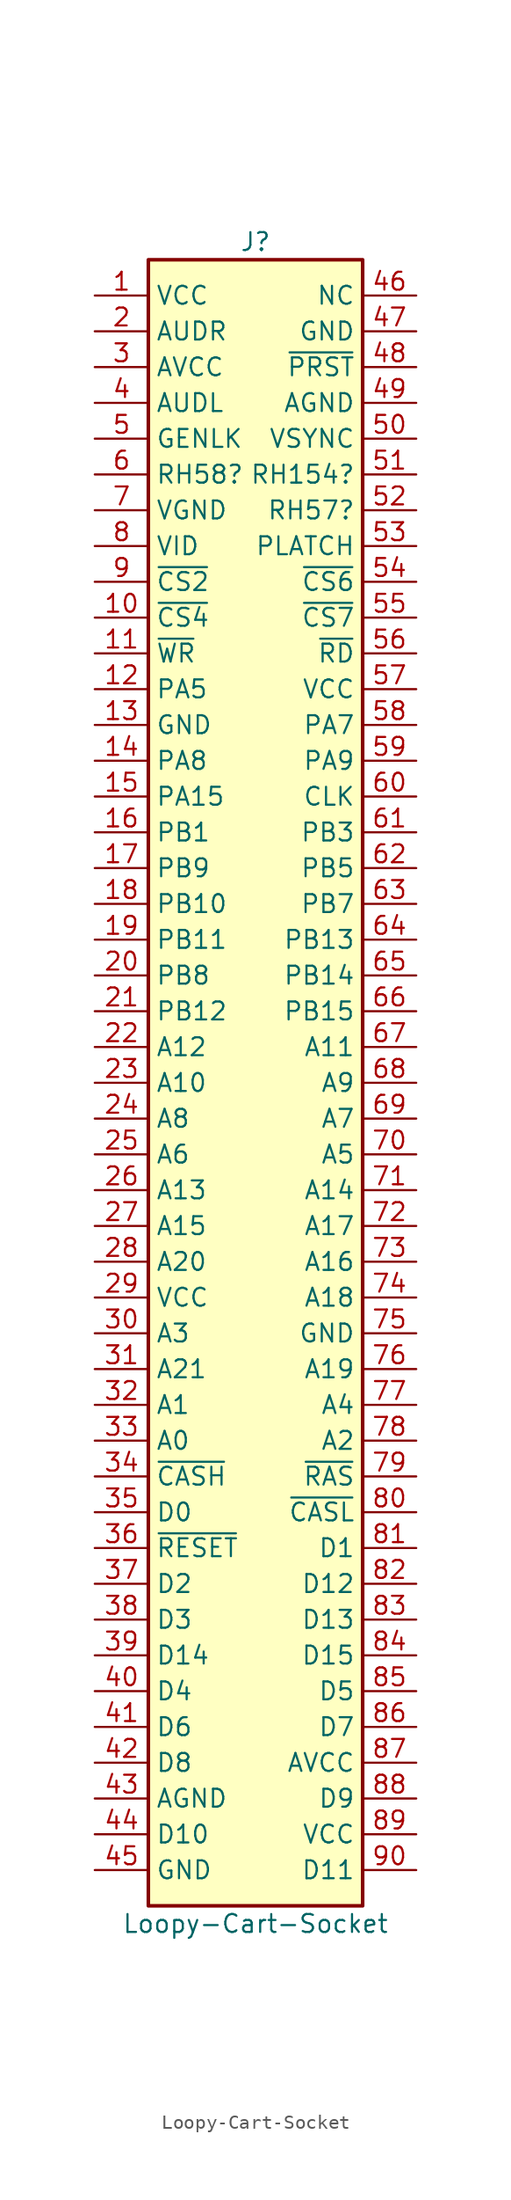
<source format=kicad_sym>
(kicad_symbol_lib
  (version 20220914)
  (generator kicad_symbol_editor)
  (symbol "Loopy-Cart-Socket"
    (property "Reference" "J"
      (at 0 59.69 0)
      (effects (font (size 1.27 1.27))))
    (property "Value" "Loopy-Cart-Socket"
      (at 0 -59.69 0)
      (effects (font (size 1.27 1.27))))
    (symbol "Loopy-Cart-Socket_1_1"
      (rectangle (start -7.62 58.42) (end 7.62 -58.42) (stroke (width 0.254) (type default)) (fill (type background)))
      (pin power_in line (at -11.43 55.88 0) (length 3.81) (name "VCC" (effects (font (size 1.27 1.27)))) (number "1" (effects (font (size 1.27 1.27)))))
      (pin input line (at -11.43 33.02 0) (length 3.81) (name "~{CS4}" (effects (font (size 1.27 1.27)))) (number "10" (effects (font (size 1.27 1.27)))))
      (pin input line (at -11.43 30.48 0) (length 3.81) (name "~{WR}" (effects (font (size 1.27 1.27)))) (number "11" (effects (font (size 1.27 1.27)))))
      (pin bidirectional line (at -11.43 27.94 0) (length 3.81) (name "PA5" (effects (font (size 1.27 1.27)))) (number "12" (effects (font (size 1.27 1.27)))))
      (pin power_in line (at -11.43 25.4 0) (length 3.81) (name "GND" (effects (font (size 1.27 1.27)))) (number "13" (effects (font (size 1.27 1.27)))))
      (pin bidirectional line (at -11.43 22.86 0) (length 3.81) (name "PA8" (effects (font (size 1.27 1.27)))) (number "14" (effects (font (size 1.27 1.27)))))
      (pin bidirectional line (at -11.43 20.32 0) (length 3.81) (name "PA15" (effects (font (size 1.27 1.27)))) (number "15" (effects (font (size 1.27 1.27)))))
      (pin bidirectional line (at -11.43 17.78 0) (length 3.81) (name "PB1" (effects (font (size 1.27 1.27)))) (number "16" (effects (font (size 1.27 1.27)))))
      (pin bidirectional line (at -11.43 15.24 0) (length 3.81) (name "PB9" (effects (font (size 1.27 1.27)))) (number "17" (effects (font (size 1.27 1.27)))))
      (pin bidirectional line (at -11.43 12.7 0) (length 3.81) (name "PB10" (effects (font (size 1.27 1.27)))) (number "18" (effects (font (size 1.27 1.27)))))
      (pin bidirectional line (at -11.43 10.16 0) (length 3.81) (name "PB11" (effects (font (size 1.27 1.27)))) (number "19" (effects (font (size 1.27 1.27)))))
      (pin output line (at -11.43 53.34 0) (length 3.81) (name "AUDR" (effects (font (size 1.27 1.27)))) (number "2" (effects (font (size 1.27 1.27)))))
      (pin bidirectional line (at -11.43 7.62 0) (length 3.81) (name "PB8" (effects (font (size 1.27 1.27)))) (number "20" (effects (font (size 1.27 1.27)))))
      (pin bidirectional line (at -11.43 5.08 0) (length 3.81) (name "PB12" (effects (font (size 1.27 1.27)))) (number "21" (effects (font (size 1.27 1.27)))))
      (pin input line (at -11.43 2.54 0) (length 3.81) (name "A12" (effects (font (size 1.27 1.27)))) (number "22" (effects (font (size 1.27 1.27)))))
      (pin input line (at -11.43 0 0) (length 3.81) (name "A10" (effects (font (size 1.27 1.27)))) (number "23" (effects (font (size 1.27 1.27)))))
      (pin input line (at -11.43 -2.54 0) (length 3.81) (name "A8" (effects (font (size 1.27 1.27)))) (number "24" (effects (font (size 1.27 1.27)))))
      (pin input line (at -11.43 -5.08 0) (length 3.81) (name "A6" (effects (font (size 1.27 1.27)))) (number "25" (effects (font (size 1.27 1.27)))))
      (pin input line (at -11.43 -7.62 0) (length 3.81) (name "A13" (effects (font (size 1.27 1.27)))) (number "26" (effects (font (size 1.27 1.27)))))
      (pin input line (at -11.43 -10.16 0) (length 3.81) (name "A15" (effects (font (size 1.27 1.27)))) (number "27" (effects (font (size 1.27 1.27)))))
      (pin input line (at -11.43 -12.7 0) (length 3.81) (name "A20" (effects (font (size 1.27 1.27)))) (number "28" (effects (font (size 1.27 1.27)))))
      (pin power_in line (at -11.43 -15.24 0) (length 3.81) (name "VCC" (effects (font (size 1.27 1.27)))) (number "29" (effects (font (size 1.27 1.27)))))
      (pin power_in line (at -11.43 50.8 0) (length 3.81) (name "AVCC" (effects (font (size 1.27 1.27)))) (number "3" (effects (font (size 1.27 1.27)))))
      (pin input line (at -11.43 -17.78 0) (length 3.81) (name "A3" (effects (font (size 1.27 1.27)))) (number "30" (effects (font (size 1.27 1.27)))))
      (pin input line (at -11.43 -20.32 0) (length 3.81) (name "A21" (effects (font (size 1.27 1.27)))) (number "31" (effects (font (size 1.27 1.27)))))
      (pin input line (at -11.43 -22.86 0) (length 3.81) (name "A1" (effects (font (size 1.27 1.27)))) (number "32" (effects (font (size 1.27 1.27)))))
      (pin input line (at -11.43 -25.4 0) (length 3.81) (name "A0" (effects (font (size 1.27 1.27)))) (number "33" (effects (font (size 1.27 1.27)))))
      (pin input line (at -11.43 -27.94 0) (length 3.81) (name "~{CASH}" (effects (font (size 1.27 1.27)))) (number "34" (effects (font (size 1.27 1.27)))))
      (pin bidirectional line (at -11.43 -30.48 0) (length 3.81) (name "D0" (effects (font (size 1.27 1.27)))) (number "35" (effects (font (size 1.27 1.27)))))
      (pin open_collector line (at -11.43 -33.02 0) (length 3.81) (name "~{RESET}" (effects (font (size 1.27 1.27)))) (number "36" (effects (font (size 1.27 1.27)))))
      (pin bidirectional line (at -11.43 -35.56 0) (length 3.81) (name "D2" (effects (font (size 1.27 1.27)))) (number "37" (effects (font (size 1.27 1.27)))))
      (pin bidirectional line (at -11.43 -38.1 0) (length 3.81) (name "D3" (effects (font (size 1.27 1.27)))) (number "38" (effects (font (size 1.27 1.27)))))
      (pin bidirectional line (at -11.43 -40.64 0) (length 3.81) (name "D14" (effects (font (size 1.27 1.27)))) (number "39" (effects (font (size 1.27 1.27)))))
      (pin output line (at -11.43 48.26 0) (length 3.81) (name "AUDL" (effects (font (size 1.27 1.27)))) (number "4" (effects (font (size 1.27 1.27)))))
      (pin bidirectional line (at -11.43 -43.18 0) (length 3.81) (name "D4" (effects (font (size 1.27 1.27)))) (number "40" (effects (font (size 1.27 1.27)))))
      (pin bidirectional line (at -11.43 -45.72 0) (length 3.81) (name "D6" (effects (font (size 1.27 1.27)))) (number "41" (effects (font (size 1.27 1.27)))))
      (pin bidirectional line (at -11.43 -48.26 0) (length 3.81) (name "D8" (effects (font (size 1.27 1.27)))) (number "42" (effects (font (size 1.27 1.27)))))
      (pin power_in line (at -11.43 -50.8 0) (length 3.81) (name "AGND" (effects (font (size 1.27 1.27)))) (number "43" (effects (font (size 1.27 1.27)))))
      (pin bidirectional line (at -11.43 -53.34 0) (length 3.81) (name "D10" (effects (font (size 1.27 1.27)))) (number "44" (effects (font (size 1.27 1.27)))))
      (pin power_in line (at -11.43 -55.88 0) (length 3.81) (name "GND" (effects (font (size 1.27 1.27)))) (number "45" (effects (font (size 1.27 1.27)))))
      (pin passive line (at 11.43 55.88 180) (length 3.81) (name "NC" (effects (font (size 1.27 1.27)))) (number "46" (effects (font (size 1.27 1.27)))))
      (pin power_in line (at 11.43 53.34 180) (length 3.81) (name "GND" (effects (font (size 1.27 1.27)))) (number "47" (effects (font (size 1.27 1.27)))))
      (pin input line (at 11.43 50.8 180) (length 3.81) (name "~{PRST}" (effects (font (size 1.27 1.27)))) (number "48" (effects (font (size 1.27 1.27)))))
      (pin power_in line (at 11.43 48.26 180) (length 3.81) (name "AGND" (effects (font (size 1.27 1.27)))) (number "49" (effects (font (size 1.27 1.27)))))
      (pin output line (at -11.43 45.72 0) (length 3.81) (name "GENLK" (effects (font (size 1.27 1.27)))) (number "5" (effects (font (size 1.27 1.27)))))
      (pin input line (at 11.43 45.72 180) (length 3.81) (name "VSYNC" (effects (font (size 1.27 1.27)))) (number "50" (effects (font (size 1.27 1.27)))))
      (pin bidirectional line (at 11.43 43.18 180) (length 3.81) (name "RH154?" (effects (font (size 1.27 1.27)))) (number "51" (effects (font (size 1.27 1.27)))))
      (pin bidirectional line (at 11.43 40.64 180) (length 3.81) (name "RH57?" (effects (font (size 1.27 1.27)))) (number "52" (effects (font (size 1.27 1.27)))))
      (pin input line (at 11.43 38.1 180) (length 3.81) (name "PLATCH" (effects (font (size 1.27 1.27)))) (number "53" (effects (font (size 1.27 1.27)))))
      (pin input line (at 11.43 35.56 180) (length 3.81) (name "~{CS6}" (effects (font (size 1.27 1.27)))) (number "54" (effects (font (size 1.27 1.27)))))
      (pin input line (at 11.43 33.02 180) (length 3.81) (name "~{CS7}" (effects (font (size 1.27 1.27)))) (number "55" (effects (font (size 1.27 1.27)))))
      (pin input line (at 11.43 30.48 180) (length 3.81) (name "~{RD}" (effects (font (size 1.27 1.27)))) (number "56" (effects (font (size 1.27 1.27)))))
      (pin power_in line (at 11.43 27.94 180) (length 3.81) (name "VCC" (effects (font (size 1.27 1.27)))) (number "57" (effects (font (size 1.27 1.27)))))
      (pin bidirectional line (at 11.43 25.4 180) (length 3.81) (name "PA7" (effects (font (size 1.27 1.27)))) (number "58" (effects (font (size 1.27 1.27)))))
      (pin bidirectional line (at 11.43 22.86 180) (length 3.81) (name "PA9" (effects (font (size 1.27 1.27)))) (number "59" (effects (font (size 1.27 1.27)))))
      (pin bidirectional line (at -11.43 43.18 0) (length 3.81) (name "RH58?" (effects (font (size 1.27 1.27)))) (number "6" (effects (font (size 1.27 1.27)))))
      (pin input line (at 11.43 20.32 180) (length 3.81) (name "CLK" (effects (font (size 1.27 1.27)))) (number "60" (effects (font (size 1.27 1.27)))))
      (pin bidirectional line (at 11.43 17.78 180) (length 3.81) (name "PB3" (effects (font (size 1.27 1.27)))) (number "61" (effects (font (size 1.27 1.27)))))
      (pin bidirectional line (at 11.43 15.24 180) (length 3.81) (name "PB5" (effects (font (size 1.27 1.27)))) (number "62" (effects (font (size 1.27 1.27)))))
      (pin bidirectional line (at 11.43 12.7 180) (length 3.81) (name "PB7" (effects (font (size 1.27 1.27)))) (number "63" (effects (font (size 1.27 1.27)))))
      (pin bidirectional line (at 11.43 10.16 180) (length 3.81) (name "PB13" (effects (font (size 1.27 1.27)))) (number "64" (effects (font (size 1.27 1.27)))))
      (pin bidirectional line (at 11.43 7.62 180) (length 3.81) (name "PB14" (effects (font (size 1.27 1.27)))) (number "65" (effects (font (size 1.27 1.27)))))
      (pin bidirectional line (at 11.43 5.08 180) (length 3.81) (name "PB15" (effects (font (size 1.27 1.27)))) (number "66" (effects (font (size 1.27 1.27)))))
      (pin input line (at 11.43 2.54 180) (length 3.81) (name "A11" (effects (font (size 1.27 1.27)))) (number "67" (effects (font (size 1.27 1.27)))))
      (pin input line (at 11.43 0 180) (length 3.81) (name "A9" (effects (font (size 1.27 1.27)))) (number "68" (effects (font (size 1.27 1.27)))))
      (pin input line (at 11.43 -2.54 180) (length 3.81) (name "A7" (effects (font (size 1.27 1.27)))) (number "69" (effects (font (size 1.27 1.27)))))
      (pin power_in line (at -11.43 40.64 0) (length 3.81) (name "VGND" (effects (font (size 1.27 1.27)))) (number "7" (effects (font (size 1.27 1.27)))))
      (pin input line (at 11.43 -5.08 180) (length 3.81) (name "A5" (effects (font (size 1.27 1.27)))) (number "70" (effects (font (size 1.27 1.27)))))
      (pin input line (at 11.43 -7.62 180) (length 3.81) (name "A14" (effects (font (size 1.27 1.27)))) (number "71" (effects (font (size 1.27 1.27)))))
      (pin input line (at 11.43 -10.16 180) (length 3.81) (name "A17" (effects (font (size 1.27 1.27)))) (number "72" (effects (font (size 1.27 1.27)))))
      (pin input line (at 11.43 -12.7 180) (length 3.81) (name "A16" (effects (font (size 1.27 1.27)))) (number "73" (effects (font (size 1.27 1.27)))))
      (pin input line (at 11.43 -15.24 180) (length 3.81) (name "A18" (effects (font (size 1.27 1.27)))) (number "74" (effects (font (size 1.27 1.27)))))
      (pin power_in line (at 11.43 -17.78 180) (length 3.81) (name "GND" (effects (font (size 1.27 1.27)))) (number "75" (effects (font (size 1.27 1.27)))))
      (pin input line (at 11.43 -20.32 180) (length 3.81) (name "A19" (effects (font (size 1.27 1.27)))) (number "76" (effects (font (size 1.27 1.27)))))
      (pin input line (at 11.43 -22.86 180) (length 3.81) (name "A4" (effects (font (size 1.27 1.27)))) (number "77" (effects (font (size 1.27 1.27)))))
      (pin input line (at 11.43 -25.4 180) (length 3.81) (name "A2" (effects (font (size 1.27 1.27)))) (number "78" (effects (font (size 1.27 1.27)))))
      (pin input line (at 11.43 -27.94 180) (length 3.81) (name "~{RAS}" (effects (font (size 1.27 1.27)))) (number "79" (effects (font (size 1.27 1.27)))))
      (pin output line (at -11.43 38.1 0) (length 3.81) (name "VID" (effects (font (size 1.27 1.27)))) (number "8" (effects (font (size 1.27 1.27)))))
      (pin input line (at 11.43 -30.48 180) (length 3.81) (name "~{CASL}" (effects (font (size 1.27 1.27)))) (number "80" (effects (font (size 1.27 1.27)))))
      (pin bidirectional line (at 11.43 -33.02 180) (length 3.81) (name "D1" (effects (font (size 1.27 1.27)))) (number "81" (effects (font (size 1.27 1.27)))))
      (pin bidirectional line (at 11.43 -35.56 180) (length 3.81) (name "D12" (effects (font (size 1.27 1.27)))) (number "82" (effects (font (size 1.27 1.27)))))
      (pin bidirectional line (at 11.43 -38.1 180) (length 3.81) (name "D13" (effects (font (size 1.27 1.27)))) (number "83" (effects (font (size 1.27 1.27)))))
      (pin bidirectional line (at 11.43 -40.64 180) (length 3.81) (name "D15" (effects (font (size 1.27 1.27)))) (number "84" (effects (font (size 1.27 1.27)))))
      (pin bidirectional line (at 11.43 -43.18 180) (length 3.81) (name "D5" (effects (font (size 1.27 1.27)))) (number "85" (effects (font (size 1.27 1.27)))))
      (pin bidirectional line (at 11.43 -45.72 180) (length 3.81) (name "D7" (effects (font (size 1.27 1.27)))) (number "86" (effects (font (size 1.27 1.27)))))
      (pin power_in line (at 11.43 -48.26 180) (length 3.81) (name "AVCC" (effects (font (size 1.27 1.27)))) (number "87" (effects (font (size 1.27 1.27)))))
      (pin bidirectional line (at 11.43 -50.8 180) (length 3.81) (name "D9" (effects (font (size 1.27 1.27)))) (number "88" (effects (font (size 1.27 1.27)))))
      (pin power_in line (at 11.43 -53.34 180) (length 3.81) (name "VCC" (effects (font (size 1.27 1.27)))) (number "89" (effects (font (size 1.27 1.27)))))
      (pin input line (at -11.43 35.56 0) (length 3.81) (name "~{CS2}" (effects (font (size 1.27 1.27)))) (number "9" (effects (font (size 1.27 1.27)))))
      (pin bidirectional line (at 11.43 -55.88 180) (length 3.81) (name "D11" (effects (font (size 1.27 1.27)))) (number "90" (effects (font (size 1.27 1.27))))))))
</source>
